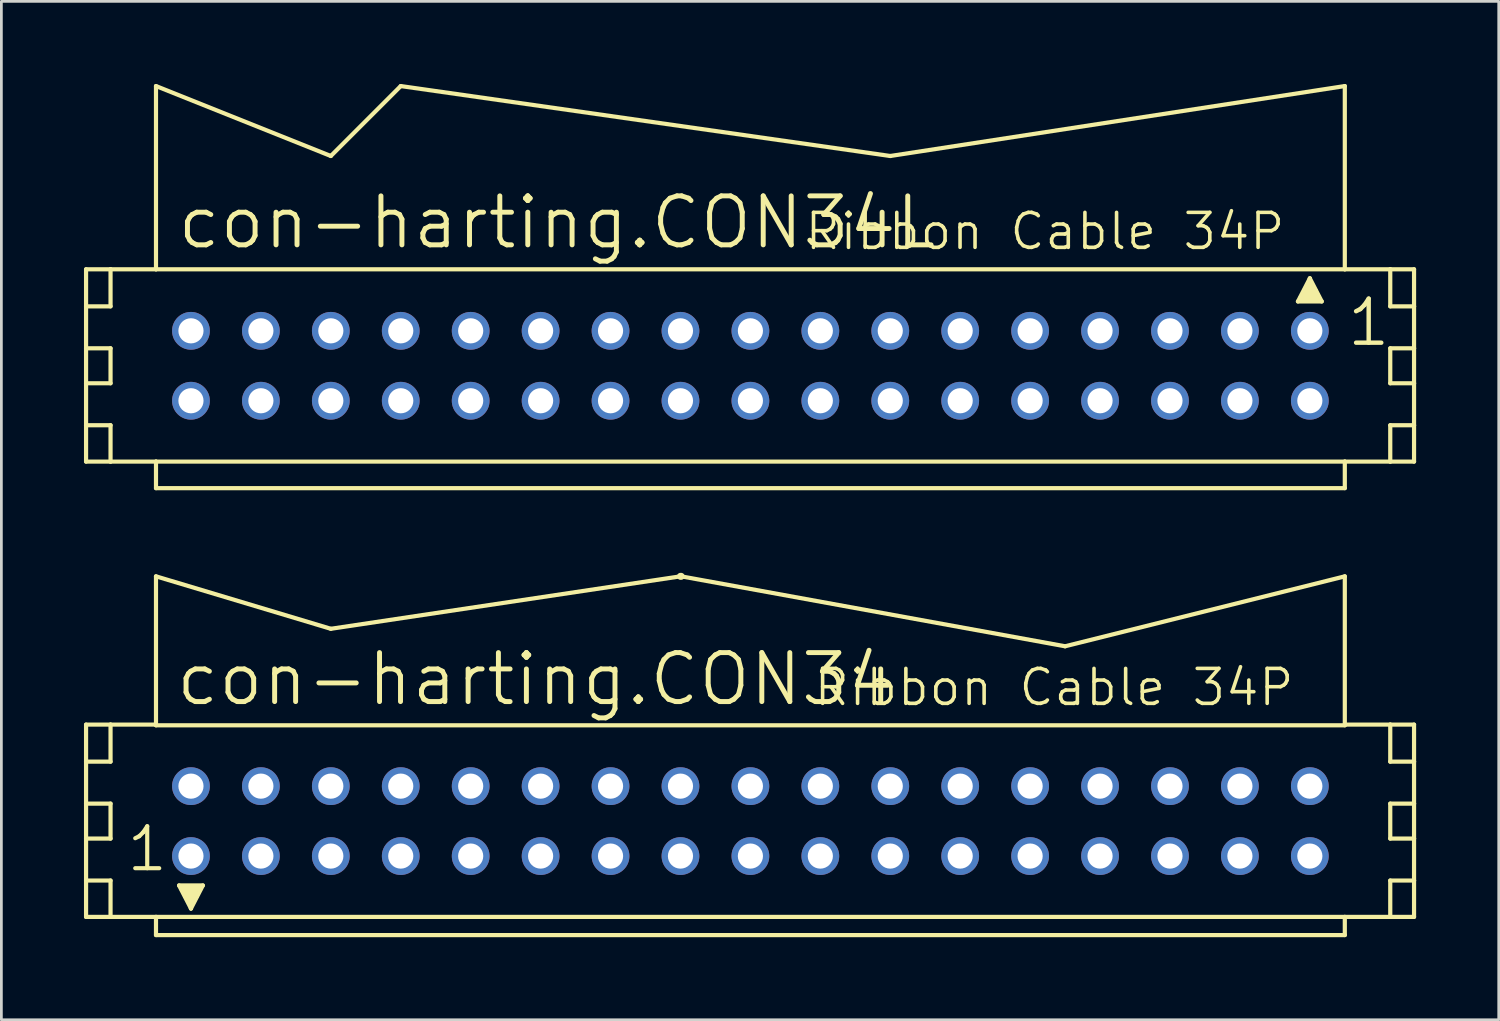
<source format=kicad_pcb>
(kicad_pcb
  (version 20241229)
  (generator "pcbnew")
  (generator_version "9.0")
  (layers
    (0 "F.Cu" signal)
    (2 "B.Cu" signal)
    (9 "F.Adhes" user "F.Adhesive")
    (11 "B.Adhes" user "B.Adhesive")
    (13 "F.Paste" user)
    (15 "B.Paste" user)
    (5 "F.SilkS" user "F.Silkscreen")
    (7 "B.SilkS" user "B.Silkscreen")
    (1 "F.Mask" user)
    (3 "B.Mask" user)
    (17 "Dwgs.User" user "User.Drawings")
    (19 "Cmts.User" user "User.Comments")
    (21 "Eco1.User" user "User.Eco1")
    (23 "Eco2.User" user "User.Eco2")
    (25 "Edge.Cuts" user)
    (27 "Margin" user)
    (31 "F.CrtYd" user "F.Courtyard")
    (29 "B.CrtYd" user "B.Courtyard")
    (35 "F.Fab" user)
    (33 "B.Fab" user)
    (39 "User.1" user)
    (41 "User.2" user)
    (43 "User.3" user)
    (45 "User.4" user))
  (footprint "con-harting.CON34"
    (layer "F.Cu")
    (at 24.206 26.774)
    (property "Reference" "con-harting.CON34" (at -20.955 -4.115 0) (layer "F.SilkS") (effects (font (size 1.778 1.778) (thickness 0.18)) (justify left bottom)))
    (attr through_hole)
    (fp_line (start -24.13 -3.505) (end -24.13 -2.159) (stroke (width 0.152) (type default)) (layer "F.SilkS"))
    (fp_line (start -24.13 -2.159) (end -24.13 -0.635) (stroke (width 0.152) (type default)) (layer "F.SilkS"))
    (fp_line (start -24.13 -2.159) (end -23.241 -2.159) (stroke (width 0.152) (type default)) (layer "F.SilkS"))
    (fp_line (start -24.13 -0.635) (end -24.13 0.635) (stroke (width 0.152) (type default)) (layer "F.SilkS"))
    (fp_line (start -24.13 -0.635) (end -23.241 -0.635) (stroke (width 0.152) (type default)) (layer "F.SilkS"))
    (fp_line (start -24.13 0.635) (end -24.13 2.159) (stroke (width 0.152) (type default)) (layer "F.SilkS"))
    (fp_line (start -24.13 0.635) (end -23.241 0.635) (stroke (width 0.152) (type default)) (layer "F.SilkS"))
    (fp_line (start -24.13 2.159) (end -24.13 3.48) (stroke (width 0.152) (type default)) (layer "F.SilkS"))
    (fp_line (start -24.13 2.159) (end -23.241 2.159) (stroke (width 0.152) (type default)) (layer "F.SilkS"))
    (fp_line (start -24.13 3.48) (end -23.241 3.48) (stroke (width 0.152) (type default)) (layer "F.SilkS"))
    (fp_line (start -23.241 -3.505) (end -24.13 -3.505) (stroke (width 0.152) (type default)) (layer "F.SilkS"))
    (fp_line (start -23.241 -3.505) (end -23.241 -2.159) (stroke (width 0.152) (type default)) (layer "F.SilkS"))
    (fp_line (start -23.241 -0.635) (end -23.241 0.635) (stroke (width 0.152) (type default)) (layer "F.SilkS"))
    (fp_line (start -23.241 2.159) (end -23.241 3.48) (stroke (width 0.152) (type default)) (layer "F.SilkS"))
    (fp_line (start -23.241 3.48) (end -21.59 3.48) (stroke (width 0.152) (type default)) (layer "F.SilkS"))
    (fp_line (start -21.59 -3.505) (end -23.241 -3.505) (stroke (width 0.152) (type default)) (layer "F.SilkS"))
    (fp_line (start -21.59 -3.505) (end -21.59 -8.89) (stroke (width 0.152) (type default)) (layer "F.SilkS"))
    (fp_line (start -21.59 -3.48) (end -21.59 -3.505) (stroke (width 0.152) (type default)) (layer "F.SilkS"))
    (fp_line (start -21.59 3.48) (end 21.59 3.48) (stroke (width 0.152) (type default)) (layer "F.SilkS"))
    (fp_line (start -21.59 4.14) (end -21.59 3.48) (stroke (width 0.152) (type default)) (layer "F.SilkS"))
    (fp_line (start -20.752 2.337) (end -19.888 2.337) (stroke (width 0.152) (type default)) (layer "F.SilkS"))
    (fp_line (start -20.32 3.175) (end -20.752 2.337) (stroke (width 0.152) (type default)) (layer "F.SilkS"))
    (fp_line (start -20.32 3.175) (end -20.32 2.921) (stroke (width 0.152) (type default)) (layer "F.SilkS"))
    (fp_line (start -19.888 2.337) (end -20.32 3.175) (stroke (width 0.152) (type default)) (layer "F.SilkS"))
    (fp_line (start -15.24 -6.985) (end -21.59 -8.89) (stroke (width 0.152) (type default)) (layer "F.SilkS"))
    (fp_line (start -15.24 -6.985) (end -2.54 -8.89) (stroke (width 0.152) (type default)) (layer "F.SilkS"))
    (fp_line (start -2.515 -8.89) (end -2.54 -8.89) (stroke (width 0.254) (type default)) (layer "F.SilkS"))
    (fp_line (start 11.43 -6.35) (end -2.515 -8.89) (stroke (width 0.152) (type default)) (layer "F.SilkS"))
    (fp_line (start 11.43 -6.35) (end 21.59 -8.89) (stroke (width 0.152) (type default)) (layer "F.SilkS"))
    (fp_line (start 21.59 -8.89) (end 21.59 -3.505) (stroke (width 0.152) (type default)) (layer "F.SilkS"))
    (fp_line (start 21.59 -3.505) (end 21.59 -3.48) (stroke (width 0.152) (type default)) (layer "F.SilkS"))
    (fp_line (start 21.59 -3.48) (end -21.59 -3.48) (stroke (width 0.152) (type default)) (layer "F.SilkS"))
    (fp_line (start 21.59 3.48) (end 21.59 4.14) (stroke (width 0.152) (type default)) (layer "F.SilkS"))
    (fp_line (start 21.59 3.48) (end 23.241 3.48) (stroke (width 0.152) (type default)) (layer "F.SilkS"))
    (fp_line (start 21.59 4.14) (end -21.59 4.14) (stroke (width 0.152) (type default)) (layer "F.SilkS"))
    (fp_line (start 23.241 -3.505) (end 21.59 -3.505) (stroke (width 0.152) (type default)) (layer "F.SilkS"))
    (fp_line (start 23.241 -3.505) (end 23.241 -2.159) (stroke (width 0.152) (type default)) (layer "F.SilkS"))
    (fp_line (start 23.241 -2.159) (end 24.105 -2.159) (stroke (width 0.152) (type default)) (layer "F.SilkS"))
    (fp_line (start 23.241 -0.635) (end 23.241 0.635) (stroke (width 0.152) (type default)) (layer "F.SilkS"))
    (fp_line (start 23.241 -0.635) (end 24.105 -0.635) (stroke (width 0.152) (type default)) (layer "F.SilkS"))
    (fp_line (start 23.241 0.635) (end 24.105 0.635) (stroke (width 0.152) (type default)) (layer "F.SilkS"))
    (fp_line (start 23.241 2.159) (end 23.241 3.48) (stroke (width 0.152) (type default)) (layer "F.SilkS"))
    (fp_line (start 23.241 2.159) (end 24.105 2.159) (stroke (width 0.152) (type default)) (layer "F.SilkS"))
    (fp_line (start 23.241 3.48) (end 24.105 3.48) (stroke (width 0.152) (type default)) (layer "F.SilkS"))
    (fp_line (start 24.105 -3.505) (end 23.241 -3.505) (stroke (width 0.152) (type default)) (layer "F.SilkS"))
    (fp_line (start 24.105 -2.159) (end 24.105 -3.505) (stroke (width 0.152) (type default)) (layer "F.SilkS"))
    (fp_line (start 24.105 -0.635) (end 24.105 -2.159) (stroke (width 0.152) (type default)) (layer "F.SilkS"))
    (fp_line (start 24.105 0.635) (end 24.105 -0.635) (stroke (width 0.152) (type default)) (layer "F.SilkS"))
    (fp_line (start 24.105 2.159) (end 24.105 0.635) (stroke (width 0.152) (type default)) (layer "F.SilkS"))
    (fp_line (start 24.105 3.48) (end 24.105 2.159) (stroke (width 0.152) (type default)) (layer "F.SilkS"))
    (fp_rect (start -20.701 2.515) (end -20.32 2.388) (stroke (width 0.05) (type default)) (fill yes) (layer "F.SilkS"))
    (fp_rect (start -20.574 2.769) (end -20.066 2.515) (stroke (width 0.05) (type default)) (fill yes) (layer "F.SilkS"))
    (fp_rect (start -20.447 2.972) (end -20.193 2.718) (stroke (width 0.05) (type default)) (fill yes) (layer "F.SilkS"))
    (fp_rect (start -20.32 2.515) (end -19.939 2.388) (stroke (width 0.05) (type default)) (fill yes) (layer "F.SilkS"))
    (fp_text user "1" (at -22.733 1.905 0) (layer "F.SilkS") (effects (font (size 1.524 1.524) (thickness 0.15)) (justify left bottom)))
    (fp_text user "Ribbon Cable 34P" (at 2.235 -4.115 0) (layer "F.SilkS") (effects (font (size 1.27 1.27) (thickness 0.13)) (justify left bottom)))
    (pad "1" thru_hole circle (at -20.32 1.27) (size 1.372 1.372) (drill 0.914) (layers "*.Cu" "*.Mask"))
    (pad "2" thru_hole circle (at -20.32 -1.27) (size 1.372 1.372) (drill 0.914) (layers "*.Cu" "*.Mask"))
    (pad "3" thru_hole circle (at -17.78 1.27) (size 1.372 1.372) (drill 0.914) (layers "*.Cu" "*.Mask"))
    (pad "4" thru_hole circle (at -17.78 -1.27) (size 1.372 1.372) (drill 0.914) (layers "*.Cu" "*.Mask"))
    (pad "5" thru_hole circle (at -15.24 1.27) (size 1.372 1.372) (drill 0.914) (layers "*.Cu" "*.Mask"))
    (pad "6" thru_hole circle (at -15.24 -1.27) (size 1.372 1.372) (drill 0.914) (layers "*.Cu" "*.Mask"))
    (pad "7" thru_hole circle (at -12.7 1.27) (size 1.372 1.372) (drill 0.914) (layers "*.Cu" "*.Mask"))
    (pad "8" thru_hole circle (at -12.7 -1.27) (size 1.372 1.372) (drill 0.914) (layers "*.Cu" "*.Mask"))
    (pad "9" thru_hole circle (at -10.16 1.27) (size 1.372 1.372) (drill 0.914) (layers "*.Cu" "*.Mask"))
    (pad "10" thru_hole circle (at -10.16 -1.27) (size 1.372 1.372) (drill 0.914) (layers "*.Cu" "*.Mask"))
    (pad "11" thru_hole circle (at -7.62 1.27) (size 1.372 1.372) (drill 0.914) (layers "*.Cu" "*.Mask"))
    (pad "12" thru_hole circle (at -7.62 -1.27) (size 1.372 1.372) (drill 0.914) (layers "*.Cu" "*.Mask"))
    (pad "13" thru_hole circle (at -5.08 1.27) (size 1.372 1.372) (drill 0.914) (layers "*.Cu" "*.Mask"))
    (pad "14" thru_hole circle (at -5.08 -1.27) (size 1.372 1.372) (drill 0.914) (layers "*.Cu" "*.Mask"))
    (pad "15" thru_hole circle (at -2.54 1.27) (size 1.372 1.372) (drill 0.914) (layers "*.Cu" "*.Mask"))
    (pad "16" thru_hole circle (at -2.54 -1.27) (size 1.372 1.372) (drill 0.914) (layers "*.Cu" "*.Mask"))
    (pad "17" thru_hole circle (at 0 1.27) (size 1.372 1.372) (drill 0.914) (layers "*.Cu" "*.Mask"))
    (pad "18" thru_hole circle (at 0 -1.27) (size 1.372 1.372) (drill 0.914) (layers "*.Cu" "*.Mask"))
    (pad "19" thru_hole circle (at 2.54 1.27) (size 1.372 1.372) (drill 0.914) (layers "*.Cu" "*.Mask"))
    (pad "20" thru_hole circle (at 2.54 -1.27) (size 1.372 1.372) (drill 0.914) (layers "*.Cu" "*.Mask"))
    (pad "21" thru_hole circle (at 5.08 1.27) (size 1.372 1.372) (drill 0.914) (layers "*.Cu" "*.Mask"))
    (pad "22" thru_hole circle (at 5.08 -1.27) (size 1.372 1.372) (drill 0.914) (layers "*.Cu" "*.Mask"))
    (pad "23" thru_hole circle (at 7.62 1.27) (size 1.372 1.372) (drill 0.914) (layers "*.Cu" "*.Mask"))
    (pad "24" thru_hole circle (at 7.62 -1.27) (size 1.372 1.372) (drill 0.914) (layers "*.Cu" "*.Mask"))
    (pad "25" thru_hole circle (at 10.16 1.27) (size 1.372 1.372) (drill 0.914) (layers "*.Cu" "*.Mask"))
    (pad "26" thru_hole circle (at 10.16 -1.27) (size 1.372 1.372) (drill 0.914) (layers "*.Cu" "*.Mask"))
    (pad "27" thru_hole circle (at 12.7 1.27) (size 1.372 1.372) (drill 0.914) (layers "*.Cu" "*.Mask"))
    (pad "28" thru_hole circle (at 12.7 -1.27) (size 1.372 1.372) (drill 0.914) (layers "*.Cu" "*.Mask"))
    (pad "29" thru_hole circle (at 15.24 1.27) (size 1.372 1.372) (drill 0.914) (layers "*.Cu" "*.Mask"))
    (pad "30" thru_hole circle (at 15.24 -1.27) (size 1.372 1.372) (drill 0.914) (layers "*.Cu" "*.Mask"))
    (pad "31" thru_hole circle (at 17.78 1.27) (size 1.372 1.372) (drill 0.914) (layers "*.Cu" "*.Mask"))
    (pad "32" thru_hole circle (at 17.78 -1.27) (size 1.372 1.372) (drill 0.914) (layers "*.Cu" "*.Mask"))
    (pad "33" thru_hole circle (at 20.32 1.27) (size 1.372 1.372) (drill 0.914) (layers "*.Cu" "*.Mask"))
    (pad "34" thru_hole circle (at 20.32 -1.27) (size 1.372 1.372) (drill 0.914) (layers "*.Cu" "*.Mask")))
  (footprint "con-harting.CON34L"
    (layer "F.Cu")
    (at 24.206 10.236)
    (property "Reference" "con-harting.CON34L" (at -20.904 -4.166 0) (layer "F.SilkS") (effects (font (size 1.778 1.778) (thickness 0.18)) (justify left bottom)))
    (attr through_hole)
    (fp_line (start -24.13 -3.505) (end -24.13 -2.159) (stroke (width 0.152) (type default)) (layer "F.SilkS"))
    (fp_line (start -24.13 -2.159) (end -24.13 -0.635) (stroke (width 0.152) (type default)) (layer "F.SilkS"))
    (fp_line (start -24.13 -2.159) (end -23.241 -2.159) (stroke (width 0.152) (type default)) (layer "F.SilkS"))
    (fp_line (start -24.13 -0.635) (end -24.13 0.635) (stroke (width 0.152) (type default)) (layer "F.SilkS"))
    (fp_line (start -24.13 -0.635) (end -23.241 -0.635) (stroke (width 0.152) (type default)) (layer "F.SilkS"))
    (fp_line (start -24.13 0.635) (end -24.13 2.159) (stroke (width 0.152) (type default)) (layer "F.SilkS"))
    (fp_line (start -24.13 0.635) (end -23.241 0.635) (stroke (width 0.152) (type default)) (layer "F.SilkS"))
    (fp_line (start -24.13 2.159) (end -24.13 3.48) (stroke (width 0.152) (type default)) (layer "F.SilkS"))
    (fp_line (start -24.13 2.159) (end -23.241 2.159) (stroke (width 0.152) (type default)) (layer "F.SilkS"))
    (fp_line (start -24.13 3.48) (end -23.241 3.48) (stroke (width 0.152) (type default)) (layer "F.SilkS"))
    (fp_line (start -23.241 -3.505) (end -24.13 -3.505) (stroke (width 0.152) (type default)) (layer "F.SilkS"))
    (fp_line (start -23.241 -3.505) (end -23.241 -2.159) (stroke (width 0.152) (type default)) (layer "F.SilkS"))
    (fp_line (start -23.241 -0.635) (end -23.241 0.635) (stroke (width 0.152) (type default)) (layer "F.SilkS"))
    (fp_line (start -23.241 2.159) (end -23.241 3.48) (stroke (width 0.152) (type default)) (layer "F.SilkS"))
    (fp_line (start -23.241 3.48) (end -21.59 3.48) (stroke (width 0.152) (type default)) (layer "F.SilkS"))
    (fp_line (start -21.59 -10.16) (end -21.59 -3.505) (stroke (width 0.152) (type default)) (layer "F.SilkS"))
    (fp_line (start -21.59 -3.505) (end -23.241 -3.505) (stroke (width 0.152) (type default)) (layer "F.SilkS"))
    (fp_line (start -21.59 3.48) (end 21.59 3.48) (stroke (width 0.152) (type default)) (layer "F.SilkS"))
    (fp_line (start -21.59 4.445) (end -21.59 3.48) (stroke (width 0.152) (type default)) (layer "F.SilkS"))
    (fp_line (start -15.24 -7.62) (end -21.59 -10.16) (stroke (width 0.152) (type default)) (layer "F.SilkS"))
    (fp_line (start -15.24 -7.62) (end -12.7 -10.16) (stroke (width 0.152) (type default)) (layer "F.SilkS"))
    (fp_line (start -12.7 -10.16) (end 5.08 -7.62) (stroke (width 0.152) (type default)) (layer "F.SilkS"))
    (fp_line (start 5.08 -7.62) (end 21.59 -10.16) (stroke (width 0.152) (type default)) (layer "F.SilkS"))
    (fp_line (start 19.888 -2.337) (end 20.32 -3.175) (stroke (width 0.152) (type default)) (layer "F.SilkS"))
    (fp_line (start 20.32 -3.175) (end 20.32 -2.921) (stroke (width 0.152) (type default)) (layer "F.SilkS"))
    (fp_line (start 20.32 -3.175) (end 20.752 -2.337) (stroke (width 0.152) (type default)) (layer "F.SilkS"))
    (fp_line (start 20.752 -2.337) (end 19.888 -2.337) (stroke (width 0.152) (type default)) (layer "F.SilkS"))
    (fp_line (start 21.59 -3.505) (end -21.59 -3.505) (stroke (width 0.152) (type default)) (layer "F.SilkS"))
    (fp_line (start 21.59 -3.505) (end 21.59 -10.16) (stroke (width 0.152) (type default)) (layer "F.SilkS"))
    (fp_line (start 21.59 3.48) (end 21.59 4.445) (stroke (width 0.152) (type default)) (layer "F.SilkS"))
    (fp_line (start 21.59 3.48) (end 23.241 3.48) (stroke (width 0.152) (type default)) (layer "F.SilkS"))
    (fp_line (start 21.59 4.445) (end -21.59 4.445) (stroke (width 0.152) (type default)) (layer "F.SilkS"))
    (fp_line (start 23.241 -3.505) (end 21.59 -3.505) (stroke (width 0.152) (type default)) (layer "F.SilkS"))
    (fp_line (start 23.241 -3.505) (end 23.241 -2.159) (stroke (width 0.152) (type default)) (layer "F.SilkS"))
    (fp_line (start 23.241 -2.159) (end 24.105 -2.159) (stroke (width 0.152) (type default)) (layer "F.SilkS"))
    (fp_line (start 23.241 -0.635) (end 23.241 0.635) (stroke (width 0.152) (type default)) (layer "F.SilkS"))
    (fp_line (start 23.241 -0.635) (end 24.105 -0.635) (stroke (width 0.152) (type default)) (layer "F.SilkS"))
    (fp_line (start 23.241 0.635) (end 24.105 0.635) (stroke (width 0.152) (type default)) (layer "F.SilkS"))
    (fp_line (start 23.241 2.159) (end 23.241 3.48) (stroke (width 0.152) (type default)) (layer "F.SilkS"))
    (fp_line (start 23.241 2.159) (end 24.105 2.159) (stroke (width 0.152) (type default)) (layer "F.SilkS"))
    (fp_line (start 23.241 3.48) (end 24.105 3.48) (stroke (width 0.152) (type default)) (layer "F.SilkS"))
    (fp_line (start 24.105 -3.505) (end 23.241 -3.505) (stroke (width 0.152) (type default)) (layer "F.SilkS"))
    (fp_line (start 24.105 -2.159) (end 24.105 -3.505) (stroke (width 0.152) (type default)) (layer "F.SilkS"))
    (fp_line (start 24.105 -0.635) (end 24.105 -2.159) (stroke (width 0.152) (type default)) (layer "F.SilkS"))
    (fp_line (start 24.105 0.635) (end 24.105 -0.635) (stroke (width 0.152) (type default)) (layer "F.SilkS"))
    (fp_line (start 24.105 2.159) (end 24.105 0.635) (stroke (width 0.152) (type default)) (layer "F.SilkS"))
    (fp_line (start 24.105 3.48) (end 24.105 2.159) (stroke (width 0.152) (type default)) (layer "F.SilkS"))
    (fp_rect (start 19.939 -2.388) (end 20.32 -2.515) (stroke (width 0.05) (type default)) (fill yes) (layer "F.SilkS"))
    (fp_rect (start 20.066 -2.515) (end 20.574 -2.769) (stroke (width 0.05) (type default)) (fill yes) (layer "F.SilkS"))
    (fp_rect (start 20.193 -2.718) (end 20.447 -2.972) (stroke (width 0.05) (type default)) (fill yes) (layer "F.SilkS"))
    (fp_rect (start 20.32 -2.388) (end 20.701 -2.515) (stroke (width 0.05) (type default)) (fill yes) (layer "F.SilkS"))
    (fp_text user "Ribbon Cable 34P" (at 1.905 -4.14 0) (layer "F.SilkS") (effects (font (size 1.27 1.27) (thickness 0.13)) (justify left bottom)))
    (fp_text user "1" (at 21.59 -0.635 0) (layer "F.SilkS") (effects (font (size 1.6 1.6) (thickness 0.16)) (justify left bottom)))
    (pad "1" thru_hole circle (at 20.32 -1.27) (size 1.372 1.372) (drill 0.914) (layers "*.Cu" "*.Mask"))
    (pad "2" thru_hole circle (at 20.32 1.27) (size 1.372 1.372) (drill 0.914) (layers "*.Cu" "*.Mask"))
    (pad "3" thru_hole circle (at 17.78 -1.27) (size 1.372 1.372) (drill 0.914) (layers "*.Cu" "*.Mask"))
    (pad "4" thru_hole circle (at 17.78 1.27) (size 1.372 1.372) (drill 0.914) (layers "*.Cu" "*.Mask"))
    (pad "5" thru_hole circle (at 15.24 -1.27) (size 1.372 1.372) (drill 0.914) (layers "*.Cu" "*.Mask"))
    (pad "6" thru_hole circle (at 15.24 1.27) (size 1.372 1.372) (drill 0.914) (layers "*.Cu" "*.Mask"))
    (pad "7" thru_hole circle (at 12.7 -1.27) (size 1.372 1.372) (drill 0.914) (layers "*.Cu" "*.Mask"))
    (pad "8" thru_hole circle (at 12.7 1.27) (size 1.372 1.372) (drill 0.914) (layers "*.Cu" "*.Mask"))
    (pad "9" thru_hole circle (at 10.16 -1.27) (size 1.372 1.372) (drill 0.914) (layers "*.Cu" "*.Mask"))
    (pad "10" thru_hole circle (at 10.16 1.27) (size 1.372 1.372) (drill 0.914) (layers "*.Cu" "*.Mask"))
    (pad "11" thru_hole circle (at 7.62 -1.27) (size 1.372 1.372) (drill 0.914) (layers "*.Cu" "*.Mask"))
    (pad "12" thru_hole circle (at 7.62 1.27) (size 1.372 1.372) (drill 0.914) (layers "*.Cu" "*.Mask"))
    (pad "13" thru_hole circle (at 5.08 -1.27) (size 1.372 1.372) (drill 0.914) (layers "*.Cu" "*.Mask"))
    (pad "14" thru_hole circle (at 5.08 1.27) (size 1.372 1.372) (drill 0.914) (layers "*.Cu" "*.Mask"))
    (pad "15" thru_hole circle (at 2.54 -1.27) (size 1.372 1.372) (drill 0.914) (layers "*.Cu" "*.Mask"))
    (pad "16" thru_hole circle (at 2.54 1.27) (size 1.372 1.372) (drill 0.914) (layers "*.Cu" "*.Mask"))
    (pad "17" thru_hole circle (at 0 -1.27) (size 1.372 1.372) (drill 0.914) (layers "*.Cu" "*.Mask"))
    (pad "18" thru_hole circle (at 0 1.27) (size 1.372 1.372) (drill 0.914) (layers "*.Cu" "*.Mask"))
    (pad "19" thru_hole circle (at -2.54 -1.27) (size 1.372 1.372) (drill 0.914) (layers "*.Cu" "*.Mask"))
    (pad "20" thru_hole circle (at -2.54 1.27) (size 1.372 1.372) (drill 0.914) (layers "*.Cu" "*.Mask"))
    (pad "21" thru_hole circle (at -5.08 -1.27) (size 1.372 1.372) (drill 0.914) (layers "*.Cu" "*.Mask"))
    (pad "22" thru_hole circle (at -5.08 1.27) (size 1.372 1.372) (drill 0.914) (layers "*.Cu" "*.Mask"))
    (pad "23" thru_hole circle (at -7.62 -1.27) (size 1.372 1.372) (drill 0.914) (layers "*.Cu" "*.Mask"))
    (pad "24" thru_hole circle (at -7.62 1.27) (size 1.372 1.372) (drill 0.914) (layers "*.Cu" "*.Mask"))
    (pad "25" thru_hole circle (at -10.16 -1.27) (size 1.372 1.372) (drill 0.914) (layers "*.Cu" "*.Mask"))
    (pad "26" thru_hole circle (at -10.16 1.27) (size 1.372 1.372) (drill 0.914) (layers "*.Cu" "*.Mask"))
    (pad "27" thru_hole circle (at -12.7 -1.27) (size 1.372 1.372) (drill 0.914) (layers "*.Cu" "*.Mask"))
    (pad "28" thru_hole circle (at -12.7 1.27) (size 1.372 1.372) (drill 0.914) (layers "*.Cu" "*.Mask"))
    (pad "29" thru_hole circle (at -15.24 -1.27) (size 1.372 1.372) (drill 0.914) (layers "*.Cu" "*.Mask"))
    (pad "30" thru_hole circle (at -15.24 1.27) (size 1.372 1.372) (drill 0.914) (layers "*.Cu" "*.Mask"))
    (pad "31" thru_hole circle (at -17.78 -1.27) (size 1.372 1.372) (drill 0.914) (layers "*.Cu" "*.Mask"))
    (pad "32" thru_hole circle (at -17.78 1.27) (size 1.372 1.372) (drill 0.914) (layers "*.Cu" "*.Mask"))
    (pad "33" thru_hole circle (at -20.32 -1.27) (size 1.372 1.372) (drill 0.914) (layers "*.Cu" "*.Mask"))
    (pad "34" thru_hole circle (at -20.32 1.27) (size 1.372 1.372) (drill 0.914) (layers "*.Cu" "*.Mask")))
  (gr_rect
    (start -3 -3)
    (end 51.387 33.991)
    (stroke (width 0.1) (type default))
    (fill no)
    (layer "Edge.Cuts")))
</source>
